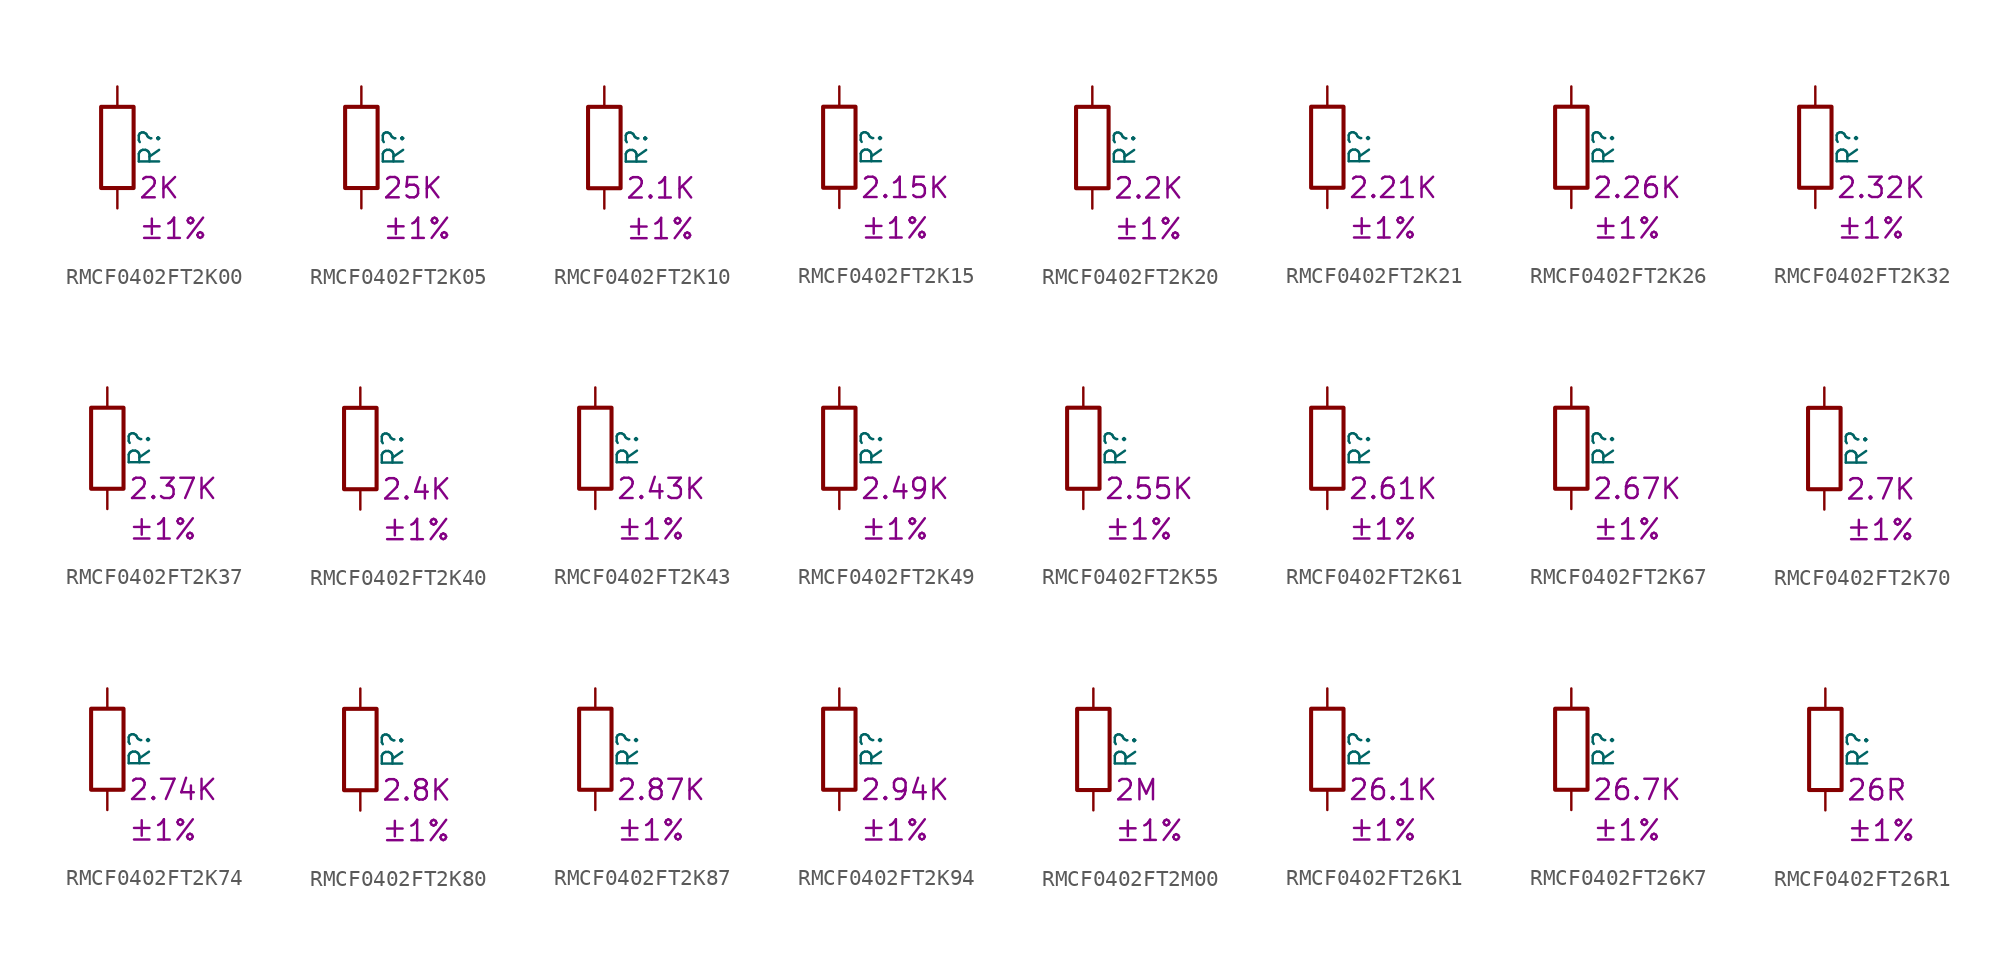
<source format=kicad_sym>
(kicad_symbol_lib
  (version 20220914)
  (generator kicad_symbol_editor)
  (symbol "RMCF0402FT2K00"
    (pin_numbers hide)
    (pin_names
      (offset 0))
    (property "Reference" "R"
      (at 2.032 0 90)
      (effects (font (size 1.27 1.27))))
    (property "Resistance" "2K"
      (at 1.27 -2.54 0)
      (effects (font (size 1.27 1.27)) (justify left)))
    (property "Tolerance" "±1%"
      (at 1.27 -5.08 0)
      (effects (font (size 1.27 1.27)) (justify left)))
    (symbol "RMCF0402FT2K00_0_1"
      (rectangle (start -1.016 -2.54) (end 1.016 2.54) (stroke (width 0.254) (type default)) (fill (type none))))
    (symbol "RMCF0402FT2K00_1_1"
      (pin passive line (at 0 3.81 270) (length 1.27) (name "~" (effects (font (size 1.27 1.27)))) (number "1" (effects (font (size 1.27 1.27)))))
      (pin passive line (at 0 -3.81 90) (length 1.27) (name "~" (effects (font (size 1.27 1.27)))) (number "2" (effects (font (size 1.27 1.27)))))))
  (symbol "RMCF0402FT2K05"
    (pin_numbers hide)
    (pin_names
      (offset 0))
    (property "Reference" "R"
      (at 2.032 0 90)
      (effects (font (size 1.27 1.27))))
    (property "Resistance" "25K"
      (at 1.27 -2.54 0)
      (effects (font (size 1.27 1.27)) (justify left)))
    (property "Tolerance" "±1%"
      (at 1.27 -5.08 0)
      (effects (font (size 1.27 1.27)) (justify left)))
    (symbol "RMCF0402FT2K05_0_1"
      (rectangle (start -1.016 -2.54) (end 1.016 2.54) (stroke (width 0.254) (type default)) (fill (type none))))
    (symbol "RMCF0402FT2K05_1_1"
      (pin passive line (at 0 3.81 270) (length 1.27) (name "~" (effects (font (size 1.27 1.27)))) (number "1" (effects (font (size 1.27 1.27)))))
      (pin passive line (at 0 -3.81 90) (length 1.27) (name "~" (effects (font (size 1.27 1.27)))) (number "2" (effects (font (size 1.27 1.27)))))))
  (symbol "RMCF0402FT2K10"
    (pin_numbers hide)
    (pin_names
      (offset 0))
    (property "Reference" "R"
      (at 2.032 0 90)
      (effects (font (size 1.27 1.27))))
    (property "Resistance" "2.1K"
      (at 1.27 -2.54 0)
      (effects (font (size 1.27 1.27)) (justify left)))
    (property "Tolerance" "±1%"
      (at 1.27 -5.08 0)
      (effects (font (size 1.27 1.27)) (justify left)))
    (symbol "RMCF0402FT2K10_0_1"
      (rectangle (start -1.016 -2.54) (end 1.016 2.54) (stroke (width 0.254) (type default)) (fill (type none))))
    (symbol "RMCF0402FT2K10_1_1"
      (pin passive line (at 0 3.81 270) (length 1.27) (name "~" (effects (font (size 1.27 1.27)))) (number "1" (effects (font (size 1.27 1.27)))))
      (pin passive line (at 0 -3.81 90) (length 1.27) (name "~" (effects (font (size 1.27 1.27)))) (number "2" (effects (font (size 1.27 1.27)))))))
  (symbol "RMCF0402FT2K15"
    (pin_numbers hide)
    (pin_names
      (offset 0))
    (property "Reference" "R"
      (at 2.032 0 90)
      (effects (font (size 1.27 1.27))))
    (property "Resistance" "2.15K"
      (at 1.27 -2.54 0)
      (effects (font (size 1.27 1.27)) (justify left)))
    (property "Tolerance" "±1%"
      (at 1.27 -5.08 0)
      (effects (font (size 1.27 1.27)) (justify left)))
    (symbol "RMCF0402FT2K15_0_1"
      (rectangle (start -1.016 -2.54) (end 1.016 2.54) (stroke (width 0.254) (type default)) (fill (type none))))
    (symbol "RMCF0402FT2K15_1_1"
      (pin passive line (at 0 3.81 270) (length 1.27) (name "~" (effects (font (size 1.27 1.27)))) (number "1" (effects (font (size 1.27 1.27)))))
      (pin passive line (at 0 -3.81 90) (length 1.27) (name "~" (effects (font (size 1.27 1.27)))) (number "2" (effects (font (size 1.27 1.27)))))))
  (symbol "RMCF0402FT2K20"
    (pin_numbers hide)
    (pin_names
      (offset 0))
    (property "Reference" "R"
      (at 2.032 0 90)
      (effects (font (size 1.27 1.27))))
    (property "Resistance" "2.2K"
      (at 1.27 -2.54 0)
      (effects (font (size 1.27 1.27)) (justify left)))
    (property "Tolerance" "±1%"
      (at 1.27 -5.08 0)
      (effects (font (size 1.27 1.27)) (justify left)))
    (symbol "RMCF0402FT2K20_0_1"
      (rectangle (start -1.016 -2.54) (end 1.016 2.54) (stroke (width 0.254) (type default)) (fill (type none))))
    (symbol "RMCF0402FT2K20_1_1"
      (pin passive line (at 0 3.81 270) (length 1.27) (name "~" (effects (font (size 1.27 1.27)))) (number "1" (effects (font (size 1.27 1.27)))))
      (pin passive line (at 0 -3.81 90) (length 1.27) (name "~" (effects (font (size 1.27 1.27)))) (number "2" (effects (font (size 1.27 1.27)))))))
  (symbol "RMCF0402FT2K21"
    (pin_numbers hide)
    (pin_names
      (offset 0))
    (property "Reference" "R"
      (at 2.032 0 90)
      (effects (font (size 1.27 1.27))))
    (property "Resistance" "2.21K"
      (at 1.27 -2.54 0)
      (effects (font (size 1.27 1.27)) (justify left)))
    (property "Tolerance" "±1%"
      (at 1.27 -5.08 0)
      (effects (font (size 1.27 1.27)) (justify left)))
    (symbol "RMCF0402FT2K21_0_1"
      (rectangle (start -1.016 -2.54) (end 1.016 2.54) (stroke (width 0.254) (type default)) (fill (type none))))
    (symbol "RMCF0402FT2K21_1_1"
      (pin passive line (at 0 3.81 270) (length 1.27) (name "~" (effects (font (size 1.27 1.27)))) (number "1" (effects (font (size 1.27 1.27)))))
      (pin passive line (at 0 -3.81 90) (length 1.27) (name "~" (effects (font (size 1.27 1.27)))) (number "2" (effects (font (size 1.27 1.27)))))))
  (symbol "RMCF0402FT2K26"
    (pin_numbers hide)
    (pin_names
      (offset 0))
    (property "Reference" "R"
      (at 2.032 0 90)
      (effects (font (size 1.27 1.27))))
    (property "Resistance" "2.26K"
      (at 1.27 -2.54 0)
      (effects (font (size 1.27 1.27)) (justify left)))
    (property "Tolerance" "±1%"
      (at 1.27 -5.08 0)
      (effects (font (size 1.27 1.27)) (justify left)))
    (symbol "RMCF0402FT2K26_0_1"
      (rectangle (start -1.016 -2.54) (end 1.016 2.54) (stroke (width 0.254) (type default)) (fill (type none))))
    (symbol "RMCF0402FT2K26_1_1"
      (pin passive line (at 0 3.81 270) (length 1.27) (name "~" (effects (font (size 1.27 1.27)))) (number "1" (effects (font (size 1.27 1.27)))))
      (pin passive line (at 0 -3.81 90) (length 1.27) (name "~" (effects (font (size 1.27 1.27)))) (number "2" (effects (font (size 1.27 1.27)))))))
  (symbol "RMCF0402FT2K32"
    (pin_numbers hide)
    (pin_names
      (offset 0))
    (property "Reference" "R"
      (at 2.032 0 90)
      (effects (font (size 1.27 1.27))))
    (property "Resistance" "2.32K"
      (at 1.27 -2.54 0)
      (effects (font (size 1.27 1.27)) (justify left)))
    (property "Tolerance" "±1%"
      (at 1.27 -5.08 0)
      (effects (font (size 1.27 1.27)) (justify left)))
    (symbol "RMCF0402FT2K32_0_1"
      (rectangle (start -1.016 -2.54) (end 1.016 2.54) (stroke (width 0.254) (type default)) (fill (type none))))
    (symbol "RMCF0402FT2K32_1_1"
      (pin passive line (at 0 3.81 270) (length 1.27) (name "~" (effects (font (size 1.27 1.27)))) (number "1" (effects (font (size 1.27 1.27)))))
      (pin passive line (at 0 -3.81 90) (length 1.27) (name "~" (effects (font (size 1.27 1.27)))) (number "2" (effects (font (size 1.27 1.27)))))))
  (symbol "RMCF0402FT2K37"
    (pin_numbers hide)
    (pin_names
      (offset 0))
    (property "Reference" "R"
      (at 2.032 0 90)
      (effects (font (size 1.27 1.27))))
    (property "Resistance" "2.37K"
      (at 1.27 -2.54 0)
      (effects (font (size 1.27 1.27)) (justify left)))
    (property "Tolerance" "±1%"
      (at 1.27 -5.08 0)
      (effects (font (size 1.27 1.27)) (justify left)))
    (symbol "RMCF0402FT2K37_0_1"
      (rectangle (start -1.016 -2.54) (end 1.016 2.54) (stroke (width 0.254) (type default)) (fill (type none))))
    (symbol "RMCF0402FT2K37_1_1"
      (pin passive line (at 0 3.81 270) (length 1.27) (name "~" (effects (font (size 1.27 1.27)))) (number "1" (effects (font (size 1.27 1.27)))))
      (pin passive line (at 0 -3.81 90) (length 1.27) (name "~" (effects (font (size 1.27 1.27)))) (number "2" (effects (font (size 1.27 1.27)))))))
  (symbol "RMCF0402FT2K40"
    (pin_numbers hide)
    (pin_names
      (offset 0))
    (property "Reference" "R"
      (at 2.032 0 90)
      (effects (font (size 1.27 1.27))))
    (property "Resistance" "2.4K"
      (at 1.27 -2.54 0)
      (effects (font (size 1.27 1.27)) (justify left)))
    (property "Tolerance" "±1%"
      (at 1.27 -5.08 0)
      (effects (font (size 1.27 1.27)) (justify left)))
    (symbol "RMCF0402FT2K40_0_1"
      (rectangle (start -1.016 -2.54) (end 1.016 2.54) (stroke (width 0.254) (type default)) (fill (type none))))
    (symbol "RMCF0402FT2K40_1_1"
      (pin passive line (at 0 3.81 270) (length 1.27) (name "~" (effects (font (size 1.27 1.27)))) (number "1" (effects (font (size 1.27 1.27)))))
      (pin passive line (at 0 -3.81 90) (length 1.27) (name "~" (effects (font (size 1.27 1.27)))) (number "2" (effects (font (size 1.27 1.27)))))))
  (symbol "RMCF0402FT2K43"
    (pin_numbers hide)
    (pin_names
      (offset 0))
    (property "Reference" "R"
      (at 2.032 0 90)
      (effects (font (size 1.27 1.27))))
    (property "Resistance" "2.43K"
      (at 1.27 -2.54 0)
      (effects (font (size 1.27 1.27)) (justify left)))
    (property "Tolerance" "±1%"
      (at 1.27 -5.08 0)
      (effects (font (size 1.27 1.27)) (justify left)))
    (symbol "RMCF0402FT2K43_0_1"
      (rectangle (start -1.016 -2.54) (end 1.016 2.54) (stroke (width 0.254) (type default)) (fill (type none))))
    (symbol "RMCF0402FT2K43_1_1"
      (pin passive line (at 0 3.81 270) (length 1.27) (name "~" (effects (font (size 1.27 1.27)))) (number "1" (effects (font (size 1.27 1.27)))))
      (pin passive line (at 0 -3.81 90) (length 1.27) (name "~" (effects (font (size 1.27 1.27)))) (number "2" (effects (font (size 1.27 1.27)))))))
  (symbol "RMCF0402FT2K49"
    (pin_numbers hide)
    (pin_names
      (offset 0))
    (property "Reference" "R"
      (at 2.032 0 90)
      (effects (font (size 1.27 1.27))))
    (property "Resistance" "2.49K"
      (at 1.27 -2.54 0)
      (effects (font (size 1.27 1.27)) (justify left)))
    (property "Tolerance" "±1%"
      (at 1.27 -5.08 0)
      (effects (font (size 1.27 1.27)) (justify left)))
    (symbol "RMCF0402FT2K49_0_1"
      (rectangle (start -1.016 -2.54) (end 1.016 2.54) (stroke (width 0.254) (type default)) (fill (type none))))
    (symbol "RMCF0402FT2K49_1_1"
      (pin passive line (at 0 3.81 270) (length 1.27) (name "~" (effects (font (size 1.27 1.27)))) (number "1" (effects (font (size 1.27 1.27)))))
      (pin passive line (at 0 -3.81 90) (length 1.27) (name "~" (effects (font (size 1.27 1.27)))) (number "2" (effects (font (size 1.27 1.27)))))))
  (symbol "RMCF0402FT2K55"
    (pin_numbers hide)
    (pin_names
      (offset 0))
    (property "Reference" "R"
      (at 2.032 0 90)
      (effects (font (size 1.27 1.27))))
    (property "Resistance" "2.55K"
      (at 1.27 -2.54 0)
      (effects (font (size 1.27 1.27)) (justify left)))
    (property "Tolerance" "±1%"
      (at 1.27 -5.08 0)
      (effects (font (size 1.27 1.27)) (justify left)))
    (symbol "RMCF0402FT2K55_0_1"
      (rectangle (start -1.016 -2.54) (end 1.016 2.54) (stroke (width 0.254) (type default)) (fill (type none))))
    (symbol "RMCF0402FT2K55_1_1"
      (pin passive line (at 0 3.81 270) (length 1.27) (name "~" (effects (font (size 1.27 1.27)))) (number "1" (effects (font (size 1.27 1.27)))))
      (pin passive line (at 0 -3.81 90) (length 1.27) (name "~" (effects (font (size 1.27 1.27)))) (number "2" (effects (font (size 1.27 1.27)))))))
  (symbol "RMCF0402FT2K61"
    (pin_numbers hide)
    (pin_names
      (offset 0))
    (property "Reference" "R"
      (at 2.032 0 90)
      (effects (font (size 1.27 1.27))))
    (property "Resistance" "2.61K"
      (at 1.27 -2.54 0)
      (effects (font (size 1.27 1.27)) (justify left)))
    (property "Tolerance" "±1%"
      (at 1.27 -5.08 0)
      (effects (font (size 1.27 1.27)) (justify left)))
    (symbol "RMCF0402FT2K61_0_1"
      (rectangle (start -1.016 -2.54) (end 1.016 2.54) (stroke (width 0.254) (type default)) (fill (type none))))
    (symbol "RMCF0402FT2K61_1_1"
      (pin passive line (at 0 3.81 270) (length 1.27) (name "~" (effects (font (size 1.27 1.27)))) (number "1" (effects (font (size 1.27 1.27)))))
      (pin passive line (at 0 -3.81 90) (length 1.27) (name "~" (effects (font (size 1.27 1.27)))) (number "2" (effects (font (size 1.27 1.27)))))))
  (symbol "RMCF0402FT2K67"
    (pin_numbers hide)
    (pin_names
      (offset 0))
    (property "Reference" "R"
      (at 2.032 0 90)
      (effects (font (size 1.27 1.27))))
    (property "Resistance" "2.67K"
      (at 1.27 -2.54 0)
      (effects (font (size 1.27 1.27)) (justify left)))
    (property "Tolerance" "±1%"
      (at 1.27 -5.08 0)
      (effects (font (size 1.27 1.27)) (justify left)))
    (symbol "RMCF0402FT2K67_0_1"
      (rectangle (start -1.016 -2.54) (end 1.016 2.54) (stroke (width 0.254) (type default)) (fill (type none))))
    (symbol "RMCF0402FT2K67_1_1"
      (pin passive line (at 0 3.81 270) (length 1.27) (name "~" (effects (font (size 1.27 1.27)))) (number "1" (effects (font (size 1.27 1.27)))))
      (pin passive line (at 0 -3.81 90) (length 1.27) (name "~" (effects (font (size 1.27 1.27)))) (number "2" (effects (font (size 1.27 1.27)))))))
  (symbol "RMCF0402FT2K70"
    (pin_numbers hide)
    (pin_names
      (offset 0))
    (property "Reference" "R"
      (at 2.032 0 90)
      (effects (font (size 1.27 1.27))))
    (property "Resistance" "2.7K"
      (at 1.27 -2.54 0)
      (effects (font (size 1.27 1.27)) (justify left)))
    (property "Tolerance" "±1%"
      (at 1.27 -5.08 0)
      (effects (font (size 1.27 1.27)) (justify left)))
    (symbol "RMCF0402FT2K70_0_1"
      (rectangle (start -1.016 -2.54) (end 1.016 2.54) (stroke (width 0.254) (type default)) (fill (type none))))
    (symbol "RMCF0402FT2K70_1_1"
      (pin passive line (at 0 3.81 270) (length 1.27) (name "~" (effects (font (size 1.27 1.27)))) (number "1" (effects (font (size 1.27 1.27)))))
      (pin passive line (at 0 -3.81 90) (length 1.27) (name "~" (effects (font (size 1.27 1.27)))) (number "2" (effects (font (size 1.27 1.27)))))))
  (symbol "RMCF0402FT2K74"
    (pin_numbers hide)
    (pin_names
      (offset 0))
    (property "Reference" "R"
      (at 2.032 0 90)
      (effects (font (size 1.27 1.27))))
    (property "Resistance" "2.74K"
      (at 1.27 -2.54 0)
      (effects (font (size 1.27 1.27)) (justify left)))
    (property "Tolerance" "±1%"
      (at 1.27 -5.08 0)
      (effects (font (size 1.27 1.27)) (justify left)))
    (symbol "RMCF0402FT2K74_0_1"
      (rectangle (start -1.016 -2.54) (end 1.016 2.54) (stroke (width 0.254) (type default)) (fill (type none))))
    (symbol "RMCF0402FT2K74_1_1"
      (pin passive line (at 0 3.81 270) (length 1.27) (name "~" (effects (font (size 1.27 1.27)))) (number "1" (effects (font (size 1.27 1.27)))))
      (pin passive line (at 0 -3.81 90) (length 1.27) (name "~" (effects (font (size 1.27 1.27)))) (number "2" (effects (font (size 1.27 1.27)))))))
  (symbol "RMCF0402FT2K80"
    (pin_numbers hide)
    (pin_names
      (offset 0))
    (property "Reference" "R"
      (at 2.032 0 90)
      (effects (font (size 1.27 1.27))))
    (property "Resistance" "2.8K"
      (at 1.27 -2.54 0)
      (effects (font (size 1.27 1.27)) (justify left)))
    (property "Tolerance" "±1%"
      (at 1.27 -5.08 0)
      (effects (font (size 1.27 1.27)) (justify left)))
    (symbol "RMCF0402FT2K80_0_1"
      (rectangle (start -1.016 -2.54) (end 1.016 2.54) (stroke (width 0.254) (type default)) (fill (type none))))
    (symbol "RMCF0402FT2K80_1_1"
      (pin passive line (at 0 3.81 270) (length 1.27) (name "~" (effects (font (size 1.27 1.27)))) (number "1" (effects (font (size 1.27 1.27)))))
      (pin passive line (at 0 -3.81 90) (length 1.27) (name "~" (effects (font (size 1.27 1.27)))) (number "2" (effects (font (size 1.27 1.27)))))))
  (symbol "RMCF0402FT2K87"
    (pin_numbers hide)
    (pin_names
      (offset 0))
    (property "Reference" "R"
      (at 2.032 0 90)
      (effects (font (size 1.27 1.27))))
    (property "Resistance" "2.87K"
      (at 1.27 -2.54 0)
      (effects (font (size 1.27 1.27)) (justify left)))
    (property "Tolerance" "±1%"
      (at 1.27 -5.08 0)
      (effects (font (size 1.27 1.27)) (justify left)))
    (symbol "RMCF0402FT2K87_0_1"
      (rectangle (start -1.016 -2.54) (end 1.016 2.54) (stroke (width 0.254) (type default)) (fill (type none))))
    (symbol "RMCF0402FT2K87_1_1"
      (pin passive line (at 0 3.81 270) (length 1.27) (name "~" (effects (font (size 1.27 1.27)))) (number "1" (effects (font (size 1.27 1.27)))))
      (pin passive line (at 0 -3.81 90) (length 1.27) (name "~" (effects (font (size 1.27 1.27)))) (number "2" (effects (font (size 1.27 1.27)))))))
  (symbol "RMCF0402FT2K94"
    (pin_numbers hide)
    (pin_names
      (offset 0))
    (property "Reference" "R"
      (at 2.032 0 90)
      (effects (font (size 1.27 1.27))))
    (property "Resistance" "2.94K"
      (at 1.27 -2.54 0)
      (effects (font (size 1.27 1.27)) (justify left)))
    (property "Tolerance" "±1%"
      (at 1.27 -5.08 0)
      (effects (font (size 1.27 1.27)) (justify left)))
    (symbol "RMCF0402FT2K94_0_1"
      (rectangle (start -1.016 -2.54) (end 1.016 2.54) (stroke (width 0.254) (type default)) (fill (type none))))
    (symbol "RMCF0402FT2K94_1_1"
      (pin passive line (at 0 3.81 270) (length 1.27) (name "~" (effects (font (size 1.27 1.27)))) (number "1" (effects (font (size 1.27 1.27)))))
      (pin passive line (at 0 -3.81 90) (length 1.27) (name "~" (effects (font (size 1.27 1.27)))) (number "2" (effects (font (size 1.27 1.27)))))))
  (symbol "RMCF0402FT2M00"
    (pin_numbers hide)
    (pin_names
      (offset 0))
    (property "Reference" "R"
      (at 2.032 0 90)
      (effects (font (size 1.27 1.27))))
    (property "Resistance" "2M"
      (at 1.27 -2.54 0)
      (effects (font (size 1.27 1.27)) (justify left)))
    (property "Tolerance" "±1%"
      (at 1.27 -5.08 0)
      (effects (font (size 1.27 1.27)) (justify left)))
    (symbol "RMCF0402FT2M00_0_1"
      (rectangle (start -1.016 -2.54) (end 1.016 2.54) (stroke (width 0.254) (type default)) (fill (type none))))
    (symbol "RMCF0402FT2M00_1_1"
      (pin passive line (at 0 3.81 270) (length 1.27) (name "~" (effects (font (size 1.27 1.27)))) (number "1" (effects (font (size 1.27 1.27)))))
      (pin passive line (at 0 -3.81 90) (length 1.27) (name "~" (effects (font (size 1.27 1.27)))) (number "2" (effects (font (size 1.27 1.27)))))))
  (symbol "RMCF0402FT26K1"
    (pin_numbers hide)
    (pin_names
      (offset 0))
    (property "Reference" "R"
      (at 2.032 0 90)
      (effects (font (size 1.27 1.27))))
    (property "Resistance" "26.1K"
      (at 1.27 -2.54 0)
      (effects (font (size 1.27 1.27)) (justify left)))
    (property "Tolerance" "±1%"
      (at 1.27 -5.08 0)
      (effects (font (size 1.27 1.27)) (justify left)))
    (symbol "RMCF0402FT26K1_0_1"
      (rectangle (start -1.016 -2.54) (end 1.016 2.54) (stroke (width 0.254) (type default)) (fill (type none))))
    (symbol "RMCF0402FT26K1_1_1"
      (pin passive line (at 0 3.81 270) (length 1.27) (name "~" (effects (font (size 1.27 1.27)))) (number "1" (effects (font (size 1.27 1.27)))))
      (pin passive line (at 0 -3.81 90) (length 1.27) (name "~" (effects (font (size 1.27 1.27)))) (number "2" (effects (font (size 1.27 1.27)))))))
  (symbol "RMCF0402FT26K7"
    (pin_numbers hide)
    (pin_names
      (offset 0))
    (property "Reference" "R"
      (at 2.032 0 90)
      (effects (font (size 1.27 1.27))))
    (property "Resistance" "26.7K"
      (at 1.27 -2.54 0)
      (effects (font (size 1.27 1.27)) (justify left)))
    (property "Tolerance" "±1%"
      (at 1.27 -5.08 0)
      (effects (font (size 1.27 1.27)) (justify left)))
    (symbol "RMCF0402FT26K7_0_1"
      (rectangle (start -1.016 -2.54) (end 1.016 2.54) (stroke (width 0.254) (type default)) (fill (type none))))
    (symbol "RMCF0402FT26K7_1_1"
      (pin passive line (at 0 3.81 270) (length 1.27) (name "~" (effects (font (size 1.27 1.27)))) (number "1" (effects (font (size 1.27 1.27)))))
      (pin passive line (at 0 -3.81 90) (length 1.27) (name "~" (effects (font (size 1.27 1.27)))) (number "2" (effects (font (size 1.27 1.27)))))))
  (symbol "RMCF0402FT26R1"
    (pin_numbers hide)
    (pin_names
      (offset 0))
    (property "Reference" "R"
      (at 2.032 0 90)
      (effects (font (size 1.27 1.27))))
    (property "Resistance" "26R"
      (at 1.27 -2.54 0)
      (effects (font (size 1.27 1.27)) (justify left)))
    (property "Tolerance" "±1%"
      (at 1.27 -5.08 0)
      (effects (font (size 1.27 1.27)) (justify left)))
    (symbol "RMCF0402FT26R1_0_1"
      (rectangle (start -1.016 -2.54) (end 1.016 2.54) (stroke (width 0.254) (type default)) (fill (type none))))
    (symbol "RMCF0402FT26R1_1_1"
      (pin passive line (at 0 3.81 270) (length 1.27) (name "~" (effects (font (size 1.27 1.27)))) (number "1" (effects (font (size 1.27 1.27)))))
      (pin passive line (at 0 -3.81 90) (length 1.27) (name "~" (effects (font (size 1.27 1.27)))) (number "2" (effects (font (size 1.27 1.27))))))))
</source>
